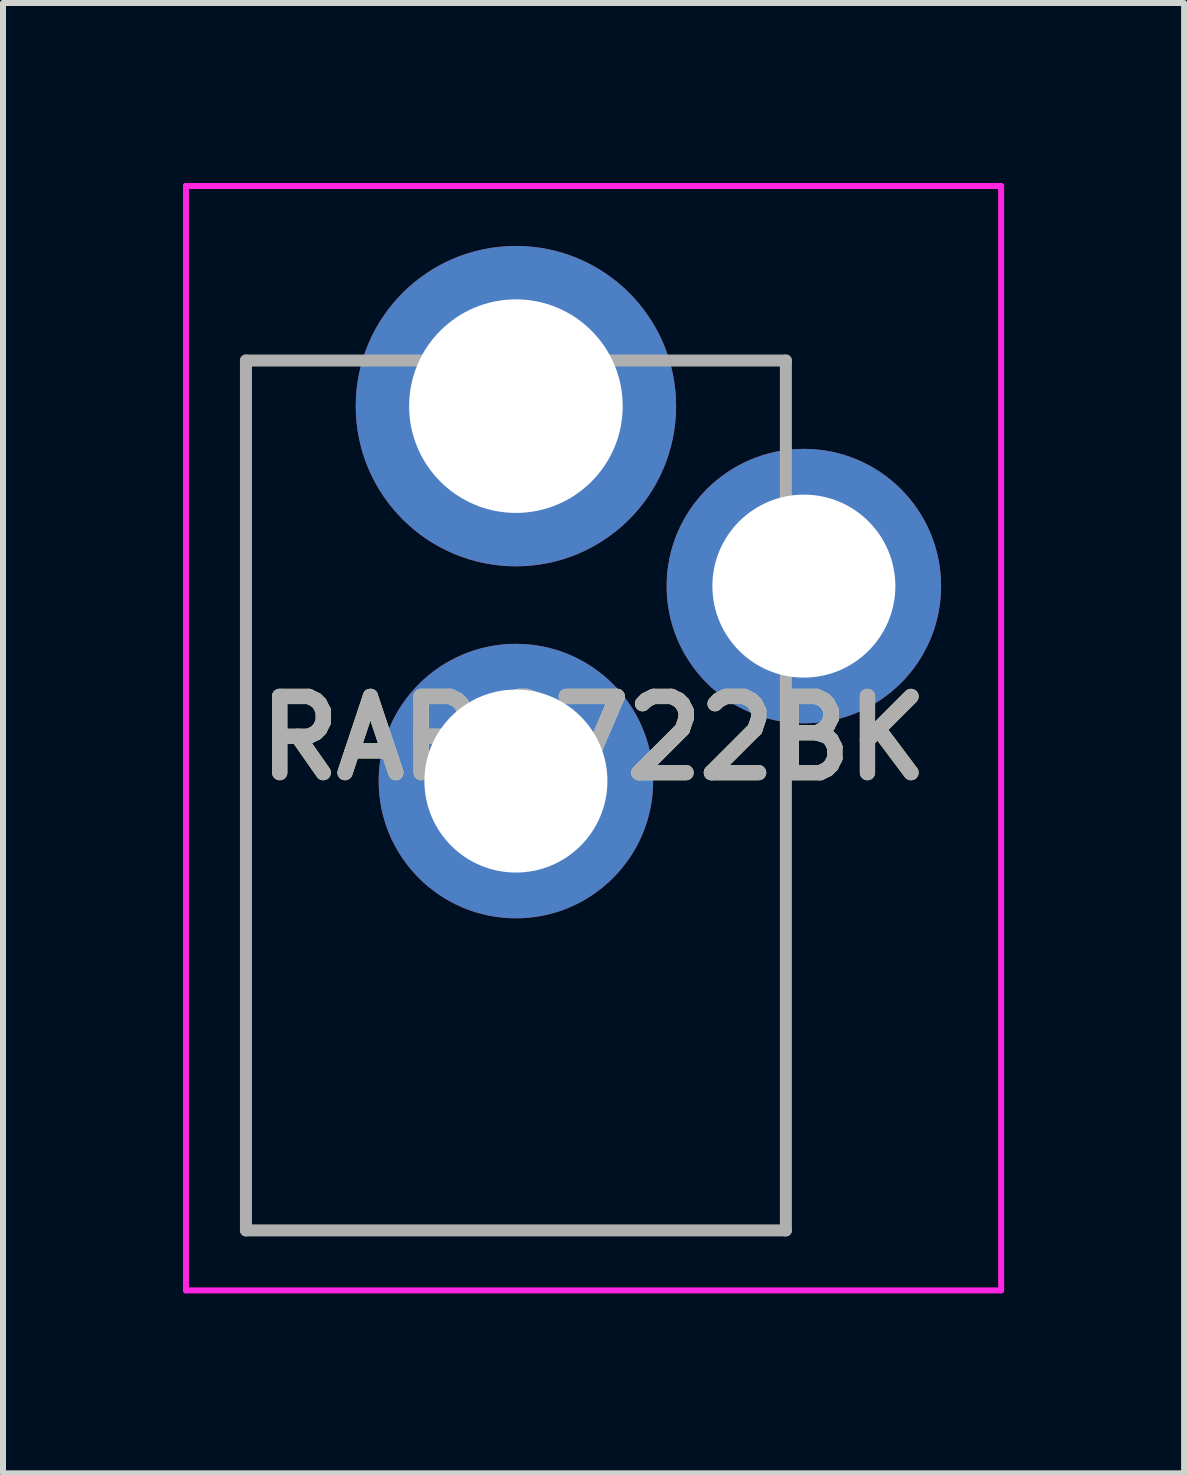
<source format=kicad_pcb>
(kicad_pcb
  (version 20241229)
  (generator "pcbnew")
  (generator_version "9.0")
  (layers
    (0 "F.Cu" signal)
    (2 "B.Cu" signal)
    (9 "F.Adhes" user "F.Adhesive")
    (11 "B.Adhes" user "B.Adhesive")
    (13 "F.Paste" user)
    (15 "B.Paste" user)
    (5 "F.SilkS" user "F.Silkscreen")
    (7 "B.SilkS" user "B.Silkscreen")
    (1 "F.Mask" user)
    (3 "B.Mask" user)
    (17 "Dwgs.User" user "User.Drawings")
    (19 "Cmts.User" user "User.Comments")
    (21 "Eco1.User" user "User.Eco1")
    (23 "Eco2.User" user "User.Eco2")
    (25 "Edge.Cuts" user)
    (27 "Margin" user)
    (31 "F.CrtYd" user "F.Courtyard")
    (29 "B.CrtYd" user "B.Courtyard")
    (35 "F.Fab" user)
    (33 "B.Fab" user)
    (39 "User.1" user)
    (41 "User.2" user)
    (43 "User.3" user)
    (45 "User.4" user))
  (footprint "RAPC722BK"
    (layer "F.Cu")
    (at 5.55 3.72)
    (property "Reference" "RAPC722BK" (at 1.294 5.535 0) (layer "F.SilkS") (effects (font (size 1.27 1.27) (thickness 0.254))))
    (attr through_hole)
    (fp_line (start -4.5 -0.76) (end -4.5 13.74) (stroke (width 0.1) (type solid)) (layer "F.SilkS"))
    (fp_line (start -4.5 13.74) (end 4.5 13.74) (stroke (width 0.1) (type solid)) (layer "F.SilkS"))
    (fp_line (start -4 -0.76) (end -4.5 -0.76) (stroke (width 0.1) (type solid)) (layer "F.SilkS"))
    (fp_line (start -3 -0.76) (end -4 -0.76) (stroke (width 0.1) (type solid)) (layer "F.SilkS"))
    (fp_line (start 4.5 13.74) (end 4.5 5.74) (stroke (width 0.1) (type solid)) (layer "F.SilkS"))
    (fp_line (start -5.5 -3.67) (end 8.088 -3.67) (stroke (width 0.1) (type solid)) (layer "F.CrtYd"))
    (fp_line (start -5.5 14.74) (end -5.5 -3.67) (stroke (width 0.1) (type solid)) (layer "F.CrtYd"))
    (fp_line (start 8.088 -3.67) (end 8.088 14.74) (stroke (width 0.1) (type solid)) (layer "F.CrtYd"))
    (fp_line (start 8.088 14.74) (end -5.5 14.74) (stroke (width 0.1) (type solid)) (layer "F.CrtYd"))
    (fp_line (start -4.5 -0.76) (end 4.5 -0.76) (stroke (width 0.2) (type solid)) (layer "F.Fab"))
    (fp_line (start -4.5 13.74) (end -4.5 -0.76) (stroke (width 0.2) (type solid)) (layer "F.Fab"))
    (fp_line (start 4.5 -0.76) (end 4.5 13.74) (stroke (width 0.2) (type solid)) (layer "F.Fab"))
    (fp_line (start 4.5 13.74) (end -4.5 13.74) (stroke (width 0.2) (type solid)) (layer "F.Fab"))
    (fp_text user "${REFERENCE}" (at 1.294 5.535 0) (layer "F.Fab") (effects (font (size 1.27 1.27) (thickness 0.254))))
    (pad "1" thru_hole circle (at 0 0) (size 5.34 5.34) (drill 3.56) (layers "*.Cu" "*.Mask"))
    (pad "2" thru_hole circle (at 4.8 3) (size 4.575 4.575) (drill 3.05) (layers "*.Cu" "*.Mask"))
    (pad "3" thru_hole circle (at 0 6.25) (size 4.575 4.575) (drill 3.05) (layers "*.Cu" "*.Mask")))
  (gr_rect
    (start -3 -3)
    (end 16.688 21.51)
    (stroke (width 0.1) (type default))
    (fill no)
    (layer "Edge.Cuts")))
</source>
